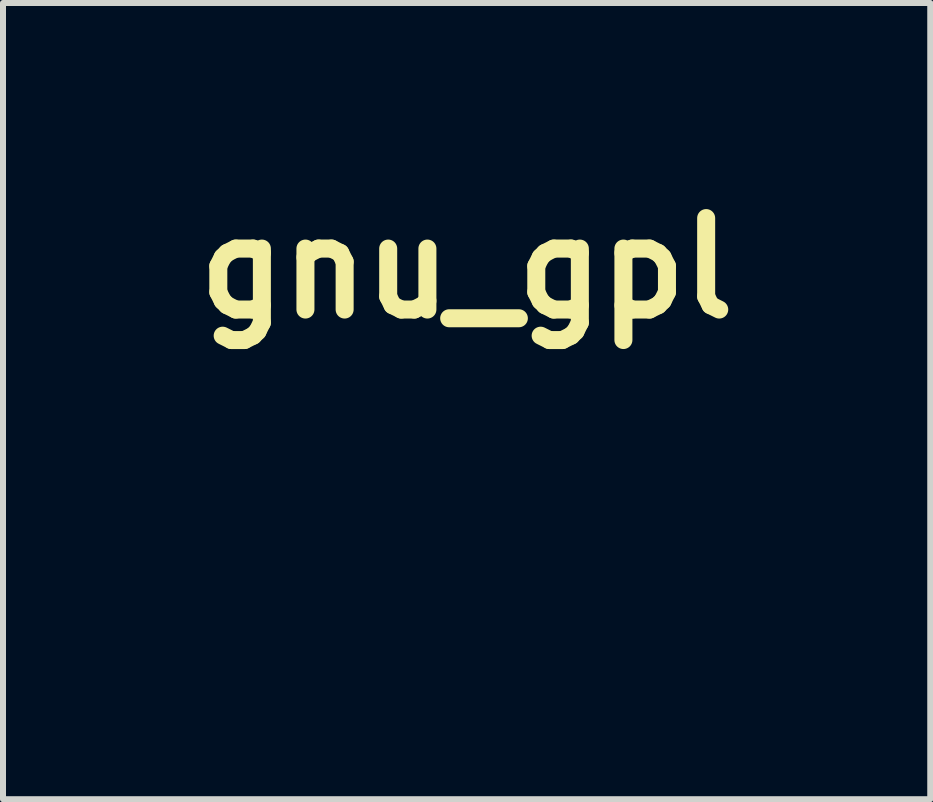
<source format=kicad_pcb>
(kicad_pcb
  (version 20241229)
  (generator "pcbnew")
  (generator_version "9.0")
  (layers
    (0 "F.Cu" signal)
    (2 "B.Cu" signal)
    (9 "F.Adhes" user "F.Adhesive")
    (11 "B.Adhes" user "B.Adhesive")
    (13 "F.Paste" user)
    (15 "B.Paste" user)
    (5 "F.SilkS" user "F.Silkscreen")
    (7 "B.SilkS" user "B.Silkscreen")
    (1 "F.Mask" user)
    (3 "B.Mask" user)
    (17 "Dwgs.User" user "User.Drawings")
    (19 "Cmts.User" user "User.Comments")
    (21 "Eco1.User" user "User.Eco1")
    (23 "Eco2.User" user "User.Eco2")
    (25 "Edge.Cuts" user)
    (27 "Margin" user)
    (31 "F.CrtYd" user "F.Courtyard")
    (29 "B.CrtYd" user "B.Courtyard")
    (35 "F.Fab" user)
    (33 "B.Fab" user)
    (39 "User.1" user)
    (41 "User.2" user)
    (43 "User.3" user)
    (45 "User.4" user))
  (footprint "gnu_gpl"
    (layer "F.Cu")
    (at 4.724 4.974)
    (property "Reference" "gnu_gpl" (at 0 -3.556 0) (layer "F.SilkS") (effects (font (size 1.524 1.524) (thickness 0.3))))
    (attr through_hole)
    (fp_poly (pts (xy -0.184 -0.082) (xy -0.175 -0.078) (xy -0.194 -0.067) (xy -0.203 -0.063) (xy -0.243 -0.038) (xy -0.265 -0.017) (xy -0.283 -0.001) (xy -0.294 -0.014) (xy -0.297 -0.02) (xy -0.3 -0.057) (xy -0.276 -0.078) (xy -0.223 -0.084) (xy -0.184 -0.082)) (stroke (width 0.01) (type solid)) (fill yes) (layer "F.Mask"))
    (fp_poly (pts (xy -0.809 1.939) (xy -0.72 2.1) (xy -0.715 1.939) (xy -0.71 1.778) (xy -0.593 1.778) (xy -0.593 2.286) (xy -0.744 2.286) (xy -0.923 1.964) (xy -0.928 2.125) (xy -0.933 2.286) (xy -1.05 2.286) (xy -1.05 1.778) (xy -0.899 1.778) (xy -0.809 1.939)) (stroke (width 0.01) (type solid)) (fill yes) (layer "F.Mask"))
    (fp_poly (pts (xy 0.135 -0.683) (xy 0.135 -0.674) (xy 0.126 -0.63) (xy 0.109 -0.602) (xy 0.077 -0.579) (xy 0.056 -0.579) (xy 0.051 -0.593) (xy 0.064 -0.609) (xy 0.069 -0.61) (xy 0.086 -0.624) (xy 0.107 -0.658) (xy 0.11 -0.665) (xy 0.126 -0.7) (xy 0.133 -0.705) (xy 0.135 -0.683)) (stroke (width 0.01) (type solid)) (fill yes) (layer "F.Mask"))
    (fp_poly (pts (xy 0.392 -0.163) (xy 0.439 -0.139) (xy 0.454 -0.127) (xy 0.501 -0.071) (xy 0.531 -0.003) (xy 0.539 0.064) (xy 0.538 0.072) (xy 0.533 0.092) (xy 0.525 0.085) (xy 0.511 0.048) (xy 0.511 0.047) (xy 0.482 -0.007) (xy 0.441 -0.056) (xy 0.436 -0.06) (xy 0.383 -0.105) (xy 0.369 -0.068) (xy 0.345 -0.042) (xy 0.306 -0.037) (xy 0.268 -0.051) (xy 0.247 -0.072) (xy 0.238 -0.111) (xy 0.258 -0.142) (xy 0.305 -0.162) (xy 0.334 -0.166) (xy 0.392 -0.163)) (stroke (width 0.01) (type solid)) (fill yes) (layer "F.Mask"))
    (fp_poly (pts (xy 1.317 1.78) (xy 1.327 1.789) (xy 1.333 1.81) (xy 1.336 1.849) (xy 1.337 1.912) (xy 1.338 2.002) (xy 1.338 2.235) (xy 1.465 2.235) (xy 1.532 2.237) (xy 1.571 2.241) (xy 1.589 2.251) (xy 1.592 2.261) (xy 1.586 2.273) (xy 1.565 2.28) (xy 1.523 2.284) (xy 1.454 2.286) (xy 1.431 2.286) (xy 1.27 2.286) (xy 1.27 2.032) (xy 1.27 1.934) (xy 1.271 1.866) (xy 1.274 1.821) (xy 1.279 1.794) (xy 1.287 1.782) (xy 1.298 1.778) (xy 1.304 1.778) (xy 1.317 1.78)) (stroke (width 0.01) (type solid)) (fill yes) (layer "F.Mask"))
    (fp_poly (pts (xy 0.051 -1.219) (xy 0.089 -1.21) (xy 0.109 -1.213) (xy 0.135 -1.209) (xy 0.146 -1.191) (xy 0.158 -1.161) (xy 0.18 -1.111) (xy 0.208 -1.05) (xy 0.212 -1.041) (xy 0.242 -0.972) (xy 0.266 -0.908) (xy 0.282 -0.855) (xy 0.287 -0.822) (xy 0.282 -0.813) (xy 0.27 -0.826) (xy 0.247 -0.859) (xy 0.239 -0.873) (xy 0.216 -0.914) (xy 0.204 -0.943) (xy 0.203 -0.948) (xy 0.196 -0.981) (xy 0.177 -1.025) (xy 0.153 -1.07) (xy 0.13 -1.104) (xy 0.113 -1.118) (xy 0.085 -1.128) (xy 0.052 -1.153) (xy 0.023 -1.184) (xy 0.008 -1.211) (xy 0.009 -1.219) (xy 0.031 -1.227) (xy 0.051 -1.219)) (stroke (width 0.01) (type solid)) (fill yes) (layer "F.Mask"))
    (fp_poly (pts (xy -0.336 1.966) (xy -0.333 2.05) (xy -0.328 2.107) (xy -0.321 2.143) (xy -0.31 2.165) (xy -0.297 2.177) (xy -0.268 2.196) (xy -0.254 2.201) (xy -0.234 2.192) (xy -0.211 2.177) (xy -0.196 2.162) (xy -0.186 2.139) (xy -0.179 2.101) (xy -0.175 2.04) (xy -0.172 1.966) (xy -0.166 1.778) (xy -0.034 1.778) (xy -0.034 1.974) (xy -0.035 2.055) (xy -0.039 2.126) (xy -0.045 2.178) (xy -0.051 2.202) (xy -0.089 2.241) (xy -0.15 2.269) (xy -0.224 2.284) (xy -0.3 2.285) (xy -0.37 2.27) (xy -0.393 2.26) (xy -0.426 2.238) (xy -0.448 2.211) (xy -0.463 2.172) (xy -0.471 2.116) (xy -0.474 2.035) (xy -0.474 1.974) (xy -0.474 1.778) (xy -0.342 1.778) (xy -0.336 1.966)) (stroke (width 0.01) (type solid)) (fill yes) (layer "F.Mask"))
    (fp_poly (pts (xy 1.052 1.784) (xy 1.113 1.803) (xy 1.15 1.838) (xy 1.166 1.893) (xy 1.168 1.93) (xy 1.158 2.002) (xy 1.125 2.05) (xy 1.067 2.076) (xy 0.997 2.083) (xy 0.914 2.083) (xy 0.914 2.184) (xy 0.913 2.241) (xy 0.908 2.272) (xy 0.896 2.284) (xy 0.881 2.286) (xy 0.868 2.284) (xy 0.858 2.276) (xy 0.852 2.256) (xy 0.849 2.219) (xy 0.847 2.161) (xy 0.847 2.075) (xy 0.847 2.036) (xy 0.914 2.036) (xy 0.984 2.027) (xy 1.032 2.017) (xy 1.067 2.004) (xy 1.072 2) (xy 1.084 1.971) (xy 1.089 1.93) (xy 1.083 1.883) (xy 1.06 1.854) (xy 1.013 1.838) (xy 0.984 1.834) (xy 0.914 1.824) (xy 0.914 2.036) (xy 0.847 2.036) (xy 0.847 2.032) (xy 0.847 1.778) (xy 0.963 1.778) (xy 1.052 1.784)) (stroke (width 0.01) (type solid)) (fill yes) (layer "F.Mask"))
    (fp_poly (pts (xy -0.243 -1.275) (xy -0.244 -1.237) (xy -0.254 -1.187) (xy -0.282 -1.11) (xy -0.331 -1.052) (xy -0.332 -1.05) (xy -0.381 -1.012) (xy -0.411 -1.001) (xy -0.425 -1.018) (xy -0.427 -1.063) (xy -0.426 -1.077) (xy -0.426 -1.127) (xy -0.437 -1.145) (xy -0.456 -1.13) (xy -0.48 -1.084) (xy -0.48 -1.084) (xy -0.505 -1.046) (xy -0.545 -1.002) (xy -0.593 -0.96) (xy -0.638 -0.929) (xy -0.672 -0.915) (xy -0.675 -0.915) (xy -0.69 -0.919) (xy -0.68 -0.933) (xy -0.666 -0.944) (xy -0.634 -0.981) (xy -0.619 -1.012) (xy -0.604 -1.041) (xy -0.593 -1.05) (xy -0.576 -1.063) (xy -0.552 -1.097) (xy -0.54 -1.118) (xy -0.499 -1.172) (xy -0.458 -1.195) (xy -0.413 -1.209) (xy -0.385 -1.22) (xy -0.351 -1.234) (xy -0.336 -1.236) (xy -0.309 -1.247) (xy -0.285 -1.264) (xy -0.256 -1.283) (xy -0.243 -1.275)) (stroke (width 0.01) (type solid)) (fill yes) (layer "F.Mask"))
    (fp_poly (pts (xy 0.609 1.768) (xy 0.665 1.79) (xy 0.692 1.824) (xy 0.694 1.841) (xy 0.691 1.869) (xy 0.674 1.869) (xy 0.658 1.861) (xy 0.577 1.831) (xy 0.499 1.825) (xy 0.432 1.843) (xy 0.382 1.884) (xy 0.378 1.89) (xy 0.359 1.942) (xy 0.351 2.011) (xy 0.355 2.083) (xy 0.371 2.143) (xy 0.379 2.158) (xy 0.421 2.195) (xy 0.482 2.219) (xy 0.55 2.226) (xy 0.584 2.221) (xy 0.617 2.208) (xy 0.633 2.185) (xy 0.64 2.14) (xy 0.64 2.137) (xy 0.645 2.066) (xy 0.585 2.066) (xy 0.541 2.061) (xy 0.525 2.043) (xy 0.525 2.04) (xy 0.533 2.025) (xy 0.563 2.017) (xy 0.618 2.015) (xy 0.711 2.015) (xy 0.711 2.132) (xy 0.711 2.194) (xy 0.706 2.23) (xy 0.695 2.25) (xy 0.674 2.262) (xy 0.658 2.267) (xy 0.581 2.284) (xy 0.497 2.285) (xy 0.421 2.271) (xy 0.378 2.253) (xy 0.319 2.202) (xy 0.285 2.132) (xy 0.271 2.038) (xy 0.271 2.02) (xy 0.283 1.92) (xy 0.32 1.845) (xy 0.38 1.793) (xy 0.463 1.766) (xy 0.523 1.761) (xy 0.609 1.768)) (stroke (width 0.01) (type solid)) (fill yes) (layer "F.Mask"))
    (fp_poly (pts (xy -1.287 1.763) (xy -1.234 1.769) (xy -1.203 1.783) (xy -1.189 1.806) (xy -1.185 1.841) (xy -1.188 1.88) (xy -1.199 1.892) (xy -1.215 1.888) (xy -1.313 1.86) (xy -1.401 1.863) (xy -1.421 1.868) (xy -1.475 1.902) (xy -1.508 1.958) (xy -1.515 2.029) (xy -1.503 2.09) (xy -1.483 2.139) (xy -1.452 2.166) (xy -1.42 2.179) (xy -1.353 2.193) (xy -1.309 2.183) (xy -1.288 2.149) (xy -1.287 2.132) (xy -1.292 2.096) (xy -1.313 2.084) (xy -1.329 2.083) (xy -1.361 2.076) (xy -1.371 2.048) (xy -1.372 2.04) (xy -1.369 2.017) (xy -1.358 2.004) (xy -1.328 1.999) (xy -1.274 1.998) (xy -1.27 1.998) (xy -1.168 1.998) (xy -1.168 2.249) (xy -1.222 2.267) (xy -1.29 2.282) (xy -1.369 2.286) (xy -1.448 2.28) (xy -1.512 2.264) (xy -1.532 2.254) (xy -1.591 2.214) (xy -1.626 2.172) (xy -1.645 2.12) (xy -1.651 2.047) (xy -1.651 2.023) (xy -1.65 1.956) (xy -1.644 1.912) (xy -1.63 1.881) (xy -1.609 1.854) (xy -1.549 1.803) (xy -1.483 1.773) (xy -1.399 1.762) (xy -1.368 1.761) (xy -1.287 1.763)) (stroke (width 0.01) (type solid)) (fill yes) (layer "F.Mask"))
    (fp_poly (pts (xy 0.328 -0.386) (xy 0.385 -0.376) (xy 0.443 -0.354) (xy 0.512 -0.315) (xy 0.535 -0.3) (xy 0.593 -0.261) (xy 0.642 -0.224) (xy 0.674 -0.198) (xy 0.679 -0.193) (xy 0.712 -0.166) (xy 0.754 -0.143) (xy 0.785 -0.127) (xy 0.788 -0.116) (xy 0.775 -0.11) (xy 0.747 -0.113) (xy 0.695 -0.138) (xy 0.618 -0.184) (xy 0.573 -0.213) (xy 0.483 -0.27) (xy 0.413 -0.307) (xy 0.358 -0.329) (xy 0.327 -0.335) (xy 0.254 -0.333) (xy 0.19 -0.315) (xy 0.144 -0.283) (xy 0.135 -0.269) (xy 0.126 -0.249) (xy 0.134 -0.249) (xy 0.165 -0.265) (xy 0.21 -0.282) (xy 0.253 -0.275) (xy 0.258 -0.273) (xy 0.29 -0.255) (xy 0.304 -0.236) (xy 0.298 -0.225) (xy 0.273 -0.228) (xy 0.224 -0.23) (xy 0.19 -0.202) (xy 0.177 -0.168) (xy 0.165 -0.133) (xy 0.149 -0.119) (xy 0.139 -0.106) (xy 0.142 -0.093) (xy 0.144 -0.071) (xy 0.13 -0.07) (xy 0.107 -0.09) (xy 0.092 -0.11) (xy 0.069 -0.17) (xy 0.067 -0.241) (xy 0.086 -0.304) (xy 0.091 -0.312) (xy 0.136 -0.353) (xy 0.206 -0.379) (xy 0.293 -0.387) (xy 0.328 -0.386)) (stroke (width 0.01) (type solid)) (fill yes) (layer "F.Mask"))
    (fp_poly (pts (xy -0.007 -1.061) (xy 0.012 -1.041) (xy 0.024 -1.019) (xy 0.043 -0.973) (xy 0.051 -0.934) (xy 0.051 -0.933) (xy 0.058 -0.9) (xy 0.068 -0.889) (xy 0.086 -0.866) (xy 0.078 -0.847) (xy 0.047 -0.842) (xy 0.04 -0.843) (xy 0.01 -0.846) (xy 0.003 -0.832) (xy 0.008 -0.816) (xy 0.009 -0.765) (xy -0.017 -0.728) (xy -0.065 -0.711) (xy -0.073 -0.711) (xy -0.131 -0.722) (xy -0.163 -0.752) (xy -0.169 -0.782) (xy -0.181 -0.808) (xy -0.207 -0.81) (xy -0.235 -0.79) (xy -0.243 -0.766) (xy -0.224 -0.74) (xy -0.158 -0.699) (xy -0.085 -0.68) (xy -0.013 -0.686) (xy 0.04 -0.712) (xy 0.072 -0.732) (xy 0.084 -0.727) (xy 0.074 -0.705) (xy 0.051 -0.677) (xy 0.003 -0.651) (xy -0.064 -0.644) (xy -0.141 -0.656) (xy -0.198 -0.676) (xy -0.258 -0.714) (xy -0.301 -0.76) (xy -0.319 -0.807) (xy -0.319 -0.825) (xy -0.295 -0.859) (xy -0.239 -0.886) (xy -0.153 -0.904) (xy -0.111 -0.909) (xy -0.047 -0.917) (xy -0.012 -0.929) (xy -0.001 -0.949) (xy -0.007 -0.981) (xy -0.01 -0.989) (xy -0.034 -1.008) (xy -0.08 -1.016) (xy -0.139 -1.012) (xy -0.202 -0.997) (xy -0.241 -0.987) (xy -0.264 -0.987) (xy -0.265 -0.987) (xy -0.26 -1.001) (xy -0.231 -1.019) (xy -0.186 -1.037) (xy -0.132 -1.053) (xy -0.085 -1.061) (xy -0.035 -1.066) (xy -0.007 -1.061)) (stroke (width 0.01) (type solid)) (fill yes) (layer "F.Mask"))
    (fp_poly (pts (xy -0.98 -2.436) (xy -0.893 -2.43) (xy -0.821 -2.417) (xy -0.756 -2.395) (xy -0.688 -2.362) (xy -0.639 -2.333) (xy -0.578 -2.298) (xy -0.535 -2.279) (xy -0.498 -2.271) (xy -0.456 -2.273) (xy -0.438 -2.275) (xy -0.352 -2.285) (xy -0.364 -2.239) (xy -0.397 -2.172) (xy -0.457 -2.122) (xy -0.515 -2.098) (xy -0.547 -2.091) (xy -0.584 -2.087) (xy -0.631 -2.087) (xy -0.695 -2.09) (xy -0.78 -2.096) (xy -0.891 -2.107) (xy -0.927 -2.11) (xy -1.002 -2.114) (xy -1.07 -2.105) (xy -1.149 -2.084) (xy -1.272 -2.032) (xy -1.371 -1.962) (xy -1.452 -1.869) (xy -1.497 -1.795) (xy -1.531 -1.728) (xy -1.552 -1.677) (xy -1.562 -1.629) (xy -1.566 -1.569) (xy -1.566 -1.541) (xy -1.563 -1.459) (xy -1.552 -1.398) (xy -1.531 -1.346) (xy -1.489 -1.287) (xy -1.436 -1.239) (xy -1.38 -1.209) (xy -1.346 -1.202) (xy -1.31 -1.21) (xy -1.266 -1.234) (xy -1.211 -1.276) (xy -1.143 -1.339) (xy -1.059 -1.425) (xy -0.958 -1.535) (xy -0.95 -1.544) (xy -0.845 -1.658) (xy -0.755 -1.749) (xy -0.677 -1.817) (xy -0.605 -1.866) (xy -0.536 -1.9) (xy -0.465 -1.92) (xy -0.388 -1.929) (xy -0.33 -1.93) (xy -0.234 -1.925) (xy -0.152 -1.907) (xy -0.073 -1.871) (xy 0.009 -1.819) (xy 0.063 -1.784) (xy 0.107 -1.757) (xy 0.132 -1.745) (xy 0.135 -1.744) (xy 0.157 -1.754) (xy 0.17 -1.764) (xy 0.253 -1.764) (xy 0.3 -1.749) (xy 0.351 -1.743) (xy 0.397 -1.76) (xy 0.486 -1.787) (xy 0.582 -1.784) (xy 0.684 -1.751) (xy 0.788 -1.69) (xy 0.891 -1.603) (xy 0.99 -1.49) (xy 0.994 -1.485) (xy 1.084 -1.374) (xy 1.168 -1.281) (xy 1.244 -1.212) (xy 1.307 -1.168) (xy 1.312 -1.165) (xy 1.361 -1.135) (xy 1.401 -1.104) (xy 1.408 -1.095) (xy 1.43 -1.071) (xy 1.447 -1.071) (xy 1.474 -1.093) (xy 1.513 -1.116) (xy 1.547 -1.121) (xy 1.576 -1.125) (xy 1.594 -1.152) (xy 1.601 -1.172) (xy 1.623 -1.217) (xy 1.656 -1.233) (xy 1.68 -1.24) (xy 1.689 -1.257) (xy 1.687 -1.294) (xy 1.684 -1.312) (xy 1.68 -1.361) (xy 1.687 -1.388) (xy 1.704 -1.402) (xy 1.724 -1.42) (xy 1.721 -1.446) (xy 1.715 -1.462) (xy 1.704 -1.507) (xy 1.715 -1.557) (xy 1.726 -1.602) (xy 1.717 -1.641) (xy 1.707 -1.66) (xy 1.686 -1.728) (xy 1.687 -1.765) (xy 1.688 -1.813) (xy 1.665 -1.849) (xy 1.661 -1.853) (xy 1.633 -1.897) (xy 1.626 -1.934) (xy 1.618 -1.974) (xy 1.589 -1.997) (xy 1.575 -2.003) (xy 1.531 -2.033) (xy 1.506 -2.069) (xy 1.484 -2.103) (xy 1.451 -2.116) (xy 1.429 -2.117) (xy 1.379 -2.126) (xy 1.355 -2.151) (xy 1.321 -2.179) (xy 1.284 -2.184) (xy 1.232 -2.19) (xy 1.173 -2.202) (xy 1.167 -2.204) (xy 1.116 -2.215) (xy 1.085 -2.209) (xy 1.079 -2.204) (xy 1.05 -2.194) (xy 1.007 -2.203) (xy 1.004 -2.204) (xy 0.962 -2.215) (xy 0.919 -2.209) (xy 0.883 -2.196) (xy 0.835 -2.181) (xy 0.815 -2.184) (xy 0.825 -2.203) (xy 0.864 -2.236) (xy 0.864 -2.236) (xy 0.917 -2.263) (xy 0.985 -2.286) (xy 1.057 -2.3) (xy 1.119 -2.304) (xy 1.154 -2.298) (xy 1.197 -2.291) (xy 1.252 -2.291) (xy 1.263 -2.292) (xy 1.331 -2.292) (xy 1.365 -2.277) (xy 1.403 -2.261) (xy 1.454 -2.253) (xy 1.459 -2.253) (xy 1.51 -2.245) (xy 1.545 -2.217) (xy 1.558 -2.201) (xy 1.6 -2.161) (xy 1.635 -2.151) (xy 1.678 -2.135) (xy 1.709 -2.098) (xy 1.741 -2.055) (xy 1.775 -2.022) (xy 1.776 -2.021) (xy 1.806 -1.981) (xy 1.812 -1.949) (xy 1.822 -1.901) (xy 1.846 -1.858) (xy 1.87 -1.808) (xy 1.869 -1.765) (xy 1.873 -1.702) (xy 1.889 -1.669) (xy 1.908 -1.634) (xy 1.908 -1.607) (xy 1.891 -1.575) (xy 1.874 -1.541) (xy 1.875 -1.52) (xy 1.888 -1.507) (xy 1.911 -1.475) (xy 1.901 -1.444) (xy 1.878 -1.425) (xy 1.842 -1.403) (xy 1.878 -1.365) (xy 1.908 -1.325) (xy 1.908 -1.299) (xy 1.878 -1.282) (xy 1.87 -1.28) (xy 1.84 -1.27) (xy 1.837 -1.255) (xy 1.853 -1.226) (xy 1.871 -1.185) (xy 1.862 -1.159) (xy 1.836 -1.151) (xy 1.821 -1.148) (xy 1.823 -1.13) (xy 1.836 -1.103) (xy 1.852 -1.061) (xy 1.843 -1.039) (xy 1.808 -1.033) (xy 1.787 -1.028) (xy 1.791 -1.008) (xy 1.795 -0.999) (xy 1.804 -0.975) (xy 1.79 -0.966) (xy 1.762 -0.965) (xy 1.728 -0.962) (xy 1.717 -0.947) (xy 1.722 -0.912) (xy 1.732 -0.86) (xy 1.689 -0.888) (xy 1.647 -0.916) (xy 1.635 -0.852) (xy 1.623 -0.788) (xy 1.591 -0.827) (xy 1.559 -0.866) (xy 1.548 -0.822) (xy 1.532 -0.786) (xy 1.512 -0.783) (xy 1.491 -0.809) (xy 1.479 -0.825) (xy 1.474 -0.813) (xy 1.474 -0.792) (xy 1.466 -0.754) (xy 1.449 -0.748) (xy 1.425 -0.773) (xy 1.424 -0.775) (xy 1.41 -0.795) (xy 1.406 -0.785) (xy 1.406 -0.776) (xy 1.411 -0.739) (xy 1.423 -0.702) (xy 1.437 -0.673) (xy 1.458 -0.663) (xy 1.497 -0.665) (xy 1.509 -0.667) (xy 1.572 -0.683) (xy 1.635 -0.707) (xy 1.64 -0.71) (xy 1.721 -0.766) (xy 1.803 -0.848) (xy 1.88 -0.947) (xy 1.946 -1.058) (xy 1.995 -1.171) (xy 2.007 -1.209) (xy 2.023 -1.294) (xy 2.031 -1.401) (xy 2.031 -1.518) (xy 2.023 -1.635) (xy 2.007 -1.741) (xy 1.986 -1.825) (xy 1.983 -1.833) (xy 1.922 -1.954) (xy 1.838 -2.069) (xy 1.738 -2.172) (xy 1.628 -2.256) (xy 1.515 -2.314) (xy 1.499 -2.321) (xy 1.408 -2.344) (xy 1.302 -2.36) (xy 1.193 -2.368) (xy 1.094 -2.366) (xy 1.022 -2.355) (xy 0.965 -2.336) (xy 0.896 -2.304) (xy 0.828 -2.267) (xy 0.827 -2.267) (xy 0.766 -2.232) (xy 0.709 -2.204) (xy 0.669 -2.187) (xy 0.666 -2.186) (xy 0.618 -2.173) (xy 0.676 -2.143) (xy 0.7 -2.132) (xy 0.727 -2.124) (xy 0.76 -2.12) (xy 0.805 -2.12) (xy 0.868 -2.123) (xy 0.953 -2.131) (xy 1.065 -2.142) (xy 1.086 -2.144) (xy 1.18 -2.147) (xy 1.262 -2.133) (xy 1.344 -2.098) (xy 1.416 -2.055) (xy 1.516 -1.969) (xy 1.592 -1.862) (xy 1.64 -1.735) (xy 1.662 -1.59) (xy 1.663 -1.549) (xy 1.654 -1.43) (xy 1.626 -1.329) (xy 1.581 -1.25) (xy 1.522 -1.197) (xy 1.464 -1.176) (xy 1.413 -1.176) (xy 1.358 -1.196) (xy 1.297 -1.238) (xy 1.227 -1.305) (xy 1.147 -1.398) (xy 1.055 -1.516) (xy 1.001 -1.584) (xy 0.946 -1.652) (xy 0.898 -1.707) (xy 0.882 -1.724) (xy 0.783 -1.805) (xy 0.676 -1.857) (xy 0.566 -1.879) (xy 0.456 -1.871) (xy 0.351 -1.833) (xy 0.292 -1.794) (xy 0.253 -1.764) (xy 0.17 -1.764) (xy 0.192 -1.78) (xy 0.207 -1.793) (xy 0.306 -1.865) (xy 0.407 -1.907) (xy 0.516 -1.922) (xy 0.525 -1.922) (xy 0.616 -1.916) (xy 0.7 -1.895) (xy 0.779 -1.858) (xy 0.859 -1.802) (xy 0.942 -1.723) (xy 1.033 -1.619) (xy 1.13 -1.494) (xy 1.215 -1.386) (xy 1.286 -1.306) (xy 1.347 -1.254) (xy 1.4 -1.227) (xy 1.448 -1.224) (xy 1.494 -1.243) (xy 1.532 -1.275) (xy 1.581 -1.345) (xy 1.611 -1.437) (xy 1.622 -1.542) (xy 1.614 -1.652) (xy 1.585 -1.759) (xy 1.566 -1.806) (xy 1.503 -1.903) (xy 1.419 -1.988) (xy 1.324 -2.051) (xy 1.263 -2.076) (xy 1.214 -2.09) (xy 1.17 -2.097) (xy 1.121 -2.098) (xy 1.056 -2.092) (xy 1.003 -2.086) (xy 0.906 -2.075) (xy 0.836 -2.068) (xy 0.784 -2.068) (xy 0.744 -2.072) (xy 0.706 -2.082) (xy 0.679 -2.093) (xy 0.616 -2.132) (xy 0.586 -2.176) (xy 0.565 -2.222) (xy 0.563 -2.244) (xy 0.583 -2.248) (xy 0.618 -2.243) (xy 0.653 -2.24) (xy 0.688 -2.247) (xy 0.732 -2.268) (xy 0.787 -2.302) (xy 0.914 -2.368) (xy 1.041 -2.406) (xy 1.18 -2.419) (xy 1.253 -2.416) (xy 1.417 -2.394) (xy 1.56 -2.349) (xy 1.689 -2.278) (xy 1.808 -2.178) (xy 1.843 -2.142) (xy 1.928 -2.041) (xy 1.992 -1.939) (xy 2.037 -1.83) (xy 2.066 -1.707) (xy 2.08 -1.563) (xy 2.082 -1.448) (xy 2.079 -1.328) (xy 2.069 -1.232) (xy 2.048 -1.149) (xy 2.016 -1.069) (xy 1.968 -0.982) (xy 1.963 -0.974) (xy 1.87 -0.84) (xy 1.771 -0.737) (xy 1.662 -0.663) (xy 1.553 -0.618) (xy 1.508 -0.602) (xy 1.487 -0.583) (xy 1.482 -0.553) (xy 1.482 -0.549) (xy 1.487 -0.513) (xy 1.512 -0.496) (xy 1.532 -0.491) (xy 1.575 -0.472) (xy 1.589 -0.437) (xy 1.574 -0.391) (xy 1.561 -0.372) (xy 1.519 -0.344) (xy 1.455 -0.327) (xy 1.379 -0.321) (xy 1.3 -0.328) (xy 1.227 -0.347) (xy 1.217 -0.351) (xy 1.161 -0.374) (xy 1.108 -0.392) (xy 1.094 -0.396) (xy 1.051 -0.413) (xy 0.997 -0.442) (xy 0.972 -0.458) (xy 0.93 -0.486) (xy 0.9 -0.504) (xy 0.892 -0.508) (xy 0.888 -0.493) (xy 0.89 -0.457) (xy 0.897 -0.411) (xy 0.907 -0.366) (xy 0.918 -0.334) (xy 0.918 -0.332) (xy 0.934 -0.314) (xy 0.96 -0.307) (xy 1.007 -0.311) (xy 1.016 -0.312) (xy 1.071 -0.316) (xy 1.107 -0.308) (xy 1.14 -0.286) (xy 1.143 -0.283) (xy 1.169 -0.256) (xy 1.185 -0.221) (xy 1.194 -0.17) (xy 1.198 -0.134) (xy 1.2 -0.064) (xy 1.193 -0.008) (xy 1.172 0.04) (xy 1.134 0.088) (xy 1.074 0.141) (xy 1 0.198) (xy 1.006 0.212) (xy 1.03 0.242) (xy 1.047 0.259) (xy 1.083 0.307) (xy 1.1 0.351) (xy 1.101 0.358) (xy 1.086 0.405) (xy 1.047 0.448) (xy 0.994 0.479) (xy 0.985 0.482) (xy 0.958 0.497) (xy 0.953 0.524) (xy 0.957 0.542) (xy 0.959 0.596) (xy 0.948 0.657) (xy 0.928 0.71) (xy 0.901 0.743) (xy 0.898 0.745) (xy 0.857 0.758) (xy 0.815 0.762) (xy 0.739 0.772) (xy 0.684 0.801) (xy 0.655 0.844) (xy 0.655 0.897) (xy 0.667 0.928) (xy 0.692 1) (xy 0.687 1.064) (xy 0.651 1.124) (xy 0.581 1.183) (xy 0.58 1.184) (xy 0.545 1.212) (xy 0.526 1.235) (xy 0.525 1.239) (xy 0.536 1.26) (xy 0.564 1.294) (xy 0.574 1.305) (xy 0.624 1.343) (xy 0.68 1.355) (xy 0.685 1.355) (xy 0.725 1.356) (xy 0.737 1.365) (xy 0.729 1.387) (xy 0.727 1.391) (xy 0.707 1.428) (xy 0.768 1.39) (xy 0.81 1.368) (xy 0.828 1.368) (xy 0.823 1.387) (xy 0.796 1.424) (xy 0.747 1.475) (xy 0.745 1.476) (xy 0.661 1.558) (xy 0.715 1.558) (xy 0.749 1.56) (xy 0.755 1.57) (xy 0.748 1.579) (xy 0.712 1.595) (xy 0.655 1.601) (xy 0.589 1.597) (xy 0.523 1.584) (xy 0.469 1.562) (xy 0.469 1.562) (xy 0.433 1.543) (xy 0.415 1.538) (xy 0.416 1.542) (xy 0.437 1.563) (xy 0.474 1.589) (xy 0.479 1.592) (xy 0.531 1.624) (xy 0.375 1.623) (xy 0.3 1.622) (xy 0.249 1.618) (xy 0.213 1.609) (xy 0.182 1.593) (xy 0.149 1.569) (xy 0.102 1.526) (xy 0.062 1.479) (xy 0.051 1.461) (xy 0.029 1.428) (xy 0.013 1.416) (xy 0.011 1.417) (xy 0.000499 1.447) (xy 0.004 1.488) (xy 0.02 1.52) (xy 0.02 1.521) (xy 0.032 1.538) (xy 0.021 1.541) (xy -0.01 1.527) (xy -0.041 1.493) (xy -0.063 1.451) (xy -0.068 1.425) (xy -0.059 1.384) (xy -0.037 1.335) (xy -0.033 1.327) (xy 0.003 1.27) (xy -0.033 1.223) (xy -0.081 1.162) (xy -0.111 1.126) (xy -0.125 1.111) (xy -0.126 1.115) (xy -0.119 1.129) (xy -0.102 1.196) (xy -0.116 1.252) (xy -0.16 1.295) (xy -0.199 1.311) (xy -0.23 1.335) (xy -0.235 1.37) (xy -0.217 1.402) (xy -0.206 1.425) (xy -0.217 1.437) (xy -0.236 1.431) (xy -0.262 1.403) (xy -0.284 1.36) (xy -0.296 1.317) (xy -0.294 1.296) (xy -0.273 1.269) (xy -0.235 1.244) (xy -0.235 1.244) (xy -0.201 1.22) (xy -0.186 1.197) (xy -0.186 1.196) (xy -0.199 1.176) (xy -0.233 1.144) (xy -0.28 1.109) (xy -0.36 1.047) (xy -0.408 0.992) (xy -0.425 0.942) (xy -0.411 0.897) (xy -0.399 0.882) (xy -0.372 0.841) (xy -0.377 0.813) (xy -0.412 0.797) (xy -0.415 0.797) (xy -0.456 0.78) (xy -0.471 0.749) (xy -0.488 0.717) (xy -0.509 0.711) (xy -0.554 0.696) (xy -0.59 0.656) (xy -0.609 0.602) (xy -0.61 0.585) (xy -0.605 0.543) (xy -0.594 0.518) (xy -0.593 0.516) (xy -0.576 0.496) (xy -0.59 0.479) (xy -0.622 0.471) (xy -0.661 0.457) (xy -0.674 0.427) (xy -0.696 0.39) (xy -0.735 0.366) (xy -0.769 0.348) (xy -0.787 0.325) (xy -0.796 0.286) (xy -0.8 0.255) (xy -0.809 0.2) (xy -0.825 0.159) (xy -0.834 0.148) (xy -0.851 0.116) (xy -0.865 0.054) (xy -0.87 0.006) (xy -0.878 -0.076) (xy -0.888 -0.128) (xy -0.899 -0.155) (xy -0.915 -0.163) (xy -0.929 -0.159) (xy -0.961 -0.147) (xy -1.01 -0.128) (xy -1.041 -0.117) (xy -1.126 -0.087) (xy -1.131 0.105) (xy -1.127 0.291) (xy -1.101 0.458) (xy -1.051 0.611) (xy -0.975 0.757) (xy -0.871 0.902) (xy -0.789 0.996) (xy -0.734 1.056) (xy -0.689 1.107) (xy -0.657 1.144) (xy -0.644 1.161) (xy -0.643 1.162) (xy -0.655 1.164) (xy -0.687 1.145) (xy -0.735 1.106) (xy -0.798 1.052) (xy -0.833 1.019) (xy -0.964 0.88) (xy -1.065 0.736) (xy -1.139 0.58) (xy -1.187 0.409) (xy -1.212 0.217) (xy -1.215 0.165) (xy -1.219 0.084) (xy -1.224 0.017) (xy -1.23 -0.03) (xy -1.235 -0.05) (xy -1.236 -0.051) (xy -1.254 -0.04) (xy -1.283 -0.012) (xy -1.287 -0.009) (xy -1.322 0.019) (xy -1.365 0.031) (xy -1.404 0.032) (xy -1.465 0.034) (xy -1.522 0.04) (xy -1.535 0.042) (xy -1.574 0.047) (xy -1.593 0.035) (xy -1.599 0.02) (xy -1.602 -0.038) (xy -1.54 -0.038) (xy -1.537 -0.025) (xy -1.512 -0.031) (xy -1.508 -0.033) (xy -1.47 -0.045) (xy -1.418 -0.051) (xy -1.409 -0.051) (xy -1.355 -0.058) (xy -1.321 -0.076) (xy -1.32 -0.077) (xy -1.294 -0.103) (xy -1.256 -0.124) (xy -1.201 -0.145) (xy -1.12 -0.17) (xy -1.111 -0.172) (xy -0.998 -0.21) (xy -0.906 -0.258) (xy -0.822 -0.323) (xy -0.759 -0.387) (xy -0.68 -0.483) (xy -0.622 -0.584) (xy -0.578 -0.7) (xy -0.562 -0.76) (xy -0.547 -0.816) (xy -0.537 -0.842) (xy -0.531 -0.84) (xy -0.528 -0.822) (xy -0.527 -0.781) (xy -0.532 -0.719) (xy -0.54 -0.649) (xy -0.541 -0.644) (xy -0.551 -0.541) (xy -0.547 -0.458) (xy -0.527 -0.383) (xy -0.505 -0.334) (xy -0.489 -0.296) (xy -0.484 -0.273) (xy -0.486 -0.271) (xy -0.504 -0.285) (xy -0.53 -0.318) (xy -0.557 -0.361) (xy -0.578 -0.404) (xy -0.584 -0.419) (xy -0.599 -0.447) (xy -0.616 -0.458) (xy -0.626 -0.446) (xy -0.627 -0.441) (xy -0.638 -0.422) (xy -0.667 -0.386) (xy -0.709 -0.34) (xy -0.721 -0.328) (xy -0.816 -0.231) (xy -0.803 -0.069) (xy -0.794 0.024) (xy -0.782 0.084) (xy -0.767 0.11) (xy -0.751 0.136) (xy -0.737 0.183) (xy -0.731 0.212) (xy -0.72 0.266) (xy -0.705 0.293) (xy -0.686 0.302) (xy -0.636 0.323) (xy -0.611 0.359) (xy -0.61 0.372) (xy -0.594 0.399) (xy -0.555 0.417) (xy -0.511 0.441) (xy -0.493 0.475) (xy -0.503 0.511) (xy -0.516 0.524) (xy -0.538 0.56) (xy -0.533 0.599) (xy -0.506 0.633) (xy -0.463 0.656) (xy -0.43 0.66) (xy -0.384 0.674) (xy -0.336 0.708) (xy -0.298 0.752) (xy -0.287 0.773) (xy -0.282 0.821) (xy -0.299 0.882) (xy -0.315 0.926) (xy -0.317 0.952) (xy -0.303 0.974) (xy -0.29 0.987) (xy -0.254 1.024) (xy -0.254 0.962) (xy -0.25 0.923) (xy -0.235 0.894) (xy -0.2 0.864) (xy -0.178 0.848) (xy -0.102 0.797) (xy -0.102 0.864) (xy -0.1 0.907) (xy -0.088 0.926) (xy -0.058 0.931) (xy -0.039 0.931) (xy 0.000197 0.934) (xy 0.01 0.942) (xy 0.003 0.952) (xy -0.017 0.993) (xy -0.012 1.045) (xy 0.014 1.097) (xy 0.058 1.143) (xy 0.101 1.168) (xy 0.138 1.19) (xy 0.151 1.222) (xy 0.152 1.246) (xy 0.159 1.302) (xy 0.174 1.349) (xy 0.195 1.396) (xy 0.2 1.337) (xy 0.212 1.287) (xy 0.233 1.248) (xy 0.234 1.247) (xy 0.268 1.219) (xy 0.315 1.189) (xy 0.324 1.184) (xy 0.391 1.139) (xy 0.437 1.083) (xy 0.457 1.026) (xy 0.458 1.018) (xy 0.46 0.989) (xy 0.467 0.99) (xy 0.477 1.005) (xy 0.486 1.043) (xy 0.486 1.093) (xy 0.485 1.098) (xy 0.476 1.16) (xy 0.508 1.121) (xy 0.535 1.098) (xy 0.551 1.101) (xy 0.57 1.108) (xy 0.597 1.089) (xy 0.626 1.051) (xy 0.629 1.046) (xy 0.635 1.015) (xy 0.623 0.972) (xy 0.611 0.947) (xy 0.589 0.898) (xy 0.577 0.856) (xy 0.576 0.846) (xy 0.562 0.819) (xy 0.523 0.813) (xy 0.46 0.828) (xy 0.447 0.832) (xy 0.402 0.843) (xy 0.361 0.836) (xy 0.334 0.824) (xy 0.291 0.806) (xy 0.259 0.796) (xy 0.256 0.796) (xy 0.238 0.785) (xy 0.237 0.78) (xy 0.253 0.768) (xy 0.297 0.754) (xy 0.363 0.74) (xy 0.445 0.725) (xy 0.538 0.712) (xy 0.636 0.701) (xy 0.733 0.693) (xy 0.787 0.69) (xy 0.889 0.686) (xy 0.894 0.599) (xy 0.896 0.548) (xy 0.891 0.521) (xy 0.873 0.509) (xy 0.845 0.502) (xy 0.742 0.492) (xy 0.622 0.5) (xy 0.529 0.517) (xy 0.396 0.532) (xy 0.28 0.52) (xy 0.183 0.479) (xy 0.105 0.411) (xy 0.095 0.399) (xy 0.066 0.356) (xy 0.028 0.294) (xy -0.012 0.224) (xy -0.025 0.2) (xy -0.062 0.136) (xy -0.099 0.082) (xy -0.129 0.047) (xy -0.138 0.039) (xy -0.164 0.023) (xy -0.161 0.019) (xy -0.127 0.021) (xy -0.085 0.034) (xy -0.049 0.07) (xy -0.034 0.091) (xy 0.008 0.156) (xy 0.029 0.105) (xy 0.049 0.065) (xy 0.07 0.041) (xy 0.07 0.041) (xy 0.083 0.039) (xy 0.077 0.061) (xy 0.052 0.132) (xy 0.046 0.187) (xy 0.061 0.239) (xy 0.096 0.3) (xy 0.097 0.301) (xy 0.158 0.378) (xy 0.225 0.431) (xy 0.302 0.46) (xy 0.396 0.469) (xy 0.511 0.457) (xy 0.591 0.441) (xy 0.675 0.425) (xy 0.761 0.413) (xy 0.834 0.408) (xy 0.853 0.408) (xy 0.947 0.406) (xy 1.008 0.394) (xy 1.037 0.371) (xy 1.034 0.337) (xy 0.999 0.293) (xy 0.989 0.284) (xy 0.946 0.25) (xy 0.906 0.235) (xy 0.851 0.234) (xy 0.85 0.234) (xy 0.77 0.238) (xy 0.889 0.179) (xy 1.004 0.112) (xy 1.085 0.04) (xy 1.133 -0.037) (xy 1.147 -0.091) (xy 1.148 -0.157) (xy 1.131 -0.207) (xy 1.126 -0.213) (xy 1.105 -0.241) (xy 1.08 -0.251) (xy 1.039 -0.25) (xy 1.02 -0.248) (xy 0.957 -0.248) (xy 0.902 -0.269) (xy 0.851 -0.315) (xy 0.8 -0.39) (xy 0.771 -0.443) (xy 0.73 -0.517) (xy 0.678 -0.602) (xy 0.657 -0.635) (xy 0.728 -0.635) (xy 0.736 -0.616) (xy 0.755 -0.579) (xy 0.78 -0.535) (xy 0.806 -0.491) (xy 0.827 -0.458) (xy 0.839 -0.444) (xy 0.839 -0.444) (xy 0.838 -0.462) (xy 0.829 -0.502) (xy 0.817 -0.546) (xy 0.798 -0.605) (xy 0.78 -0.635) (xy 0.759 -0.643) (xy 0.733 -0.64) (xy 0.728 -0.635) (xy 0.657 -0.635) (xy 0.625 -0.683) (xy 0.614 -0.699) (xy 0.684 -0.699) (xy 0.704 -0.699) (xy 0.743 -0.71) (xy 0.763 -0.718) (xy 0.814 -0.735) (xy 0.842 -0.736) (xy 0.846 -0.723) (xy 0.834 -0.709) (xy 0.82 -0.674) (xy 0.838 -0.632) (xy 0.885 -0.582) (xy 0.961 -0.528) (xy 0.979 -0.517) (xy 1.039 -0.483) (xy 1.089 -0.456) (xy 1.121 -0.442) (xy 1.128 -0.44) (xy 1.154 -0.434) (xy 1.198 -0.417) (xy 1.222 -0.407) (xy 1.29 -0.385) (xy 1.365 -0.374) (xy 1.435 -0.376) (xy 1.488 -0.391) (xy 1.5 -0.397) (xy 1.517 -0.416) (xy 1.511 -0.423) (xy 1.478 -0.438) (xy 1.445 -0.472) (xy 1.425 -0.513) (xy 1.422 -0.529) (xy 1.413 -0.56) (xy 1.387 -0.608) (xy 1.35 -0.667) (xy 1.331 -0.694) (xy 1.286 -0.762) (xy 1.246 -0.831) (xy 1.217 -0.889) (xy 1.212 -0.904) (xy 1.156 -1.034) (xy 1.084 -1.144) (xy 0.999 -1.231) (xy 0.923 -1.279) (xy 0.851 -1.307) (xy 0.792 -1.316) (xy 0.751 -1.308) (xy 0.731 -1.285) (xy 0.736 -1.25) (xy 0.77 -1.203) (xy 0.77 -1.202) (xy 0.815 -1.135) (xy 0.836 -1.056) (xy 0.83 -0.979) (xy 0.823 -0.958) (xy 0.808 -0.916) (xy 0.811 -0.892) (xy 0.821 -0.881) (xy 0.843 -0.85) (xy 0.854 -0.815) (xy 0.848 -0.789) (xy 0.844 -0.786) (xy 0.819 -0.787) (xy 0.806 -0.795) (xy 0.787 -0.802) (xy 0.775 -0.781) (xy 0.772 -0.771) (xy 0.746 -0.731) (xy 0.719 -0.718) (xy 0.69 -0.707) (xy 0.684 -0.699) (xy 0.614 -0.699) (xy 0.611 -0.703) (xy 0.522 -0.83) (xy 0.601 -0.83) (xy 0.602 -0.814) (xy 0.609 -0.813) (xy 0.626 -0.825) (xy 0.627 -0.83) (xy 0.621 -0.846) (xy 0.619 -0.847) (xy 0.605 -0.835) (xy 0.601 -0.83) (xy 0.522 -0.83) (xy 0.516 -0.838) (xy 0.516 -0.977) (xy 0.518 -1.048) (xy 0.522 -1.094) (xy 0.533 -1.126) (xy 0.551 -1.151) (xy 0.558 -1.159) (xy 0.604 -1.194) (xy 0.646 -1.199) (xy 0.675 -1.179) (xy 0.684 -1.155) (xy 0.668 -1.123) (xy 0.659 -1.112) (xy 0.637 -1.081) (xy 0.635 -1.069) (xy 0.654 -1.067) (xy 0.657 -1.067) (xy 0.696 -1.054) (xy 0.711 -1.041) (xy 0.721 -1.025) (xy 0.708 -1.022) (xy 0.681 -1.026) (xy 0.645 -1.029) (xy 0.622 -1.014) (xy 0.603 -0.981) (xy 0.585 -0.942) (xy 0.576 -0.916) (xy 0.576 -0.914) (xy 0.59 -0.906) (xy 0.626 -0.907) (xy 0.673 -0.913) (xy 0.72 -0.924) (xy 0.757 -0.938) (xy 0.766 -0.945) (xy 0.793 -0.989) (xy 0.796 -1.047) (xy 0.776 -1.11) (xy 0.741 -1.162) (xy 0.703 -1.216) (xy 0.675 -1.275) (xy 0.669 -1.294) (xy 0.657 -1.336) (xy 0.64 -1.357) (xy 0.607 -1.365) (xy 0.573 -1.368) (xy 0.517 -1.368) (xy 0.478 -1.354) (xy 0.438 -1.324) (xy 0.383 -1.275) (xy 0.42 -1.243) (xy 0.451 -1.2) (xy 0.454 -1.155) (xy 0.434 -1.116) (xy 0.396 -1.092) (xy 0.345 -1.09) (xy 0.336 -1.093) (xy 0.31 -1.109) (xy 0.308 -1.127) (xy 0.33 -1.135) (xy 0.354 -1.143) (xy 0.353 -1.164) (xy 0.349 -1.168) (xy 0.397 -1.168) (xy 0.402 -1.147) (xy 0.413 -1.152) (xy 0.42 -1.176) (xy 0.413 -1.185) (xy 0.4 -1.188) (xy 0.397 -1.168) (xy 0.349 -1.168) (xy 0.332 -1.189) (xy 0.293 -1.213) (xy 0.292 -1.213) (xy 0.212 -1.248) (xy 0.158 -1.277) (xy 0.122 -1.302) (xy 0.099 -1.33) (xy 0.088 -1.35) (xy 0.065 -1.386) (xy 0.037 -1.402) (xy -0.005 -1.399) (xy -0.067 -1.378) (xy -0.086 -1.369) (xy -0.145 -1.348) (xy -0.2 -1.34) (xy -0.268 -1.342) (xy -0.28 -1.343) (xy -0.37 -1.345) (xy -0.461 -1.333) (xy -0.512 -1.321) (xy -0.578 -1.304) (xy -0.638 -1.292) (xy -0.678 -1.287) (xy -0.679 -1.287) (xy -0.758 -1.273) (xy -0.846 -1.235) (xy -0.935 -1.178) (xy -1.017 -1.108) (xy -1.084 -1.031) (xy -1.097 -1.011) (xy -1.151 -0.916) (xy -1.201 -0.808) (xy -1.245 -0.697) (xy -1.278 -0.593) (xy -1.297 -0.504) (xy -1.3 -0.484) (xy -1.312 -0.408) (xy -1.333 -0.352) (xy -1.341 -0.34) (xy -1.365 -0.297) (xy -1.387 -0.241) (xy -1.391 -0.226) (xy -1.405 -0.182) (xy -1.418 -0.156) (xy -1.423 -0.152) (xy -1.442 -0.142) (xy -1.475 -0.115) (xy -1.488 -0.103) (xy -1.524 -0.065) (xy -1.54 -0.038) (xy -1.602 -0.038) (xy -1.602 -0.042) (xy -1.572 -0.106) (xy -1.523 -0.158) (xy -1.482 -0.201) (xy -1.453 -0.246) (xy -1.447 -0.263) (xy -1.431 -0.309) (xy -1.404 -0.365) (xy -1.393 -0.385) (xy -1.363 -0.448) (xy -1.358 -0.492) (xy -1.381 -0.524) (xy -1.435 -0.549) (xy -1.466 -0.558) (xy -1.61 -0.612) (xy -1.734 -0.689) (xy -1.843 -0.796) (xy -1.846 -0.8) (xy -1.937 -0.919) (xy -2.003 -1.038) (xy -2.047 -1.164) (xy -2.073 -1.304) (xy -2.082 -1.467) (xy -2.082 -1.498) (xy -2.082 -1.529) (xy -2.04 -1.529) (xy -2.034 -1.399) (xy -2.017 -1.271) (xy -1.99 -1.157) (xy -1.98 -1.127) (xy -1.924 -1.008) (xy -1.85 -0.894) (xy -1.763 -0.794) (xy -1.67 -0.713) (xy -1.596 -0.667) (xy -1.543 -0.646) (xy -1.482 -0.627) (xy -1.424 -0.612) (xy -1.378 -0.605) (xy -1.352 -0.607) (xy -1.352 -0.608) (xy -1.342 -0.63) (xy -1.331 -0.672) (xy -1.328 -0.686) (xy -1.316 -0.754) (xy -1.352 -0.711) (xy -1.387 -0.669) (xy -1.388 -0.727) (xy -1.39 -0.764) (xy -1.398 -0.773) (xy -1.417 -0.758) (xy -1.419 -0.756) (xy -1.45 -0.733) (xy -1.468 -0.736) (xy -1.48 -0.77) (xy -1.482 -0.781) (xy -1.494 -0.834) (xy -1.524 -0.788) (xy -1.546 -0.76) (xy -1.561 -0.758) (xy -1.573 -0.786) (xy -1.583 -0.827) (xy -1.593 -0.863) (xy -1.604 -0.871) (xy -1.624 -0.856) (xy -1.657 -0.833) (xy -1.673 -0.838) (xy -1.672 -0.873) (xy -1.67 -0.881) (xy -1.666 -0.914) (xy -1.678 -0.928) (xy -1.713 -0.931) (xy -1.72 -0.931) (xy -1.758 -0.933) (xy -1.77 -0.943) (xy -1.761 -0.965) (xy -1.752 -0.99) (xy -1.768 -0.998) (xy -1.786 -0.999) (xy -1.819 -1.005) (xy -1.826 -1.026) (xy -1.808 -1.066) (xy -1.802 -1.075) (xy -1.785 -1.105) (xy -1.792 -1.119) (xy -1.819 -1.127) (xy -1.855 -1.142) (xy -1.859 -1.162) (xy -1.837 -1.185) (xy -1.816 -1.214) (xy -1.814 -1.241) (xy -1.832 -1.253) (xy -1.833 -1.253) (xy -1.865 -1.262) (xy -1.879 -1.269) (xy -1.892 -1.284) (xy -1.884 -1.305) (xy -1.864 -1.328) (xy -1.823 -1.372) (xy -1.862 -1.414) (xy -1.888 -1.444) (xy -1.891 -1.464) (xy -1.874 -1.487) (xy -1.873 -1.488) (xy -1.856 -1.511) (xy -1.855 -1.534) (xy -1.873 -1.569) (xy -1.875 -1.571) (xy -1.893 -1.608) (xy -1.893 -1.631) (xy -1.873 -1.657) (xy -1.867 -1.663) (xy -1.843 -1.696) (xy -1.839 -1.732) (xy -1.845 -1.765) (xy -1.851 -1.811) (xy -1.841 -1.841) (xy -1.827 -1.856) (xy -1.803 -1.892) (xy -1.785 -1.941) (xy -1.785 -1.945) (xy -1.756 -2.013) (xy -1.717 -2.054) (xy -1.68 -2.091) (xy -1.654 -2.126) (xy -1.651 -2.134) (xy -1.628 -2.161) (xy -1.591 -2.167) (xy -1.547 -2.178) (xy -1.505 -2.203) (xy -1.478 -2.235) (xy -1.473 -2.252) (xy -1.458 -2.263) (xy -1.421 -2.269) (xy -1.405 -2.269) (xy -1.345 -2.276) (xy -1.289 -2.293) (xy -1.284 -2.296) (xy -1.21 -2.316) (xy -1.169 -2.314) (xy -1.11 -2.312) (xy -1.048 -2.32) (xy -1.043 -2.322) (xy -0.969 -2.33) (xy -0.882 -2.322) (xy -0.794 -2.302) (xy -0.719 -2.271) (xy -0.697 -2.257) (xy -0.66 -2.225) (xy -0.653 -2.208) (xy -0.675 -2.207) (xy -0.727 -2.221) (xy -0.735 -2.224) (xy -0.792 -2.239) (xy -0.834 -2.239) (xy -0.863 -2.23) (xy -0.909 -2.219) (xy -0.944 -2.229) (xy -0.949 -2.232) (xy -0.99 -2.244) (xy -1.015 -2.236) (xy -1.051 -2.225) (xy -1.105 -2.219) (xy -1.13 -2.218) (xy -1.188 -2.214) (xy -1.227 -2.199) (xy -1.253 -2.176) (xy -1.301 -2.142) (xy -1.356 -2.134) (xy -1.399 -2.13) (xy -1.421 -2.114) (xy -1.429 -2.091) (xy -1.456 -2.05) (xy -1.503 -2.019) (xy -1.547 -1.993) (xy -1.567 -1.962) (xy -1.572 -1.935) (xy -1.591 -1.879) (xy -1.618 -1.848) (xy -1.645 -1.82) (xy -1.649 -1.788) (xy -1.644 -1.765) (xy -1.638 -1.719) (xy -1.654 -1.673) (xy -1.663 -1.658) (xy -1.684 -1.618) (xy -1.687 -1.589) (xy -1.672 -1.551) (xy -1.672 -1.55) (xy -1.656 -1.508) (xy -1.659 -1.476) (xy -1.67 -1.452) (xy -1.684 -1.419) (xy -1.677 -1.398) (xy -1.659 -1.383) (xy -1.637 -1.361) (xy -1.631 -1.329) (xy -1.635 -1.291) (xy -1.64 -1.247) (xy -1.632 -1.224) (xy -1.606 -1.21) (xy -1.596 -1.206) (xy -1.555 -1.181) (xy -1.535 -1.136) (xy -1.535 -1.134) (xy -1.524 -1.097) (xy -1.505 -1.086) (xy -1.477 -1.089) (xy -1.427 -1.085) (xy -1.393 -1.063) (xy -1.356 -1.028) (xy -1.3 -1.074) (xy -1.256 -1.107) (xy -1.197 -1.148) (xy -1.141 -1.185) (xy -1.064 -1.242) (xy -0.973 -1.329) (xy -0.873 -1.437) (xy -0.774 -1.544) (xy -0.686 -1.626) (xy -0.605 -1.689) (xy -0.523 -1.734) (xy -0.45 -1.764) (xy -0.329 -1.792) (xy -0.219 -1.789) (xy -0.115 -1.753) (xy -0.015 -1.685) (xy 0.031 -1.648) (xy 0.068 -1.625) (xy 0.087 -1.619) (xy 0.087 -1.619) (xy 0.095 -1.609) (xy 0.1 -1.573) (xy 0.102 -1.536) (xy 0.106 -1.449) (xy 0.122 -1.387) (xy 0.154 -1.341) (xy 0.207 -1.305) (xy 0.244 -1.286) (xy 0.347 -1.239) (xy 0.352 -1.278) (xy 0.368 -1.311) (xy 0.402 -1.351) (xy 0.424 -1.37) (xy 0.475 -1.424) (xy 0.493 -1.477) (xy 0.479 -1.532) (xy 0.432 -1.59) (xy 0.356 -1.648) (xy 0.316 -1.671) (xy 0.297 -1.674) (xy 0.301 -1.658) (xy 0.314 -1.642) (xy 0.336 -1.601) (xy 0.348 -1.546) (xy 0.348 -1.539) (xy 0.355 -1.491) (xy 0.367 -1.456) (xy 0.371 -1.451) (xy 0.388 -1.421) (xy 0.389 -1.41) (xy 0.383 -1.398) (xy 0.359 -1.408) (xy 0.347 -1.415) (xy 0.316 -1.445) (xy 0.305 -1.489) (xy 0.305 -1.507) (xy 0.29 -1.572) (xy 0.252 -1.624) (xy 0.197 -1.655) (xy 0.162 -1.659) (xy 0.116 -1.669) (xy 0.07 -1.701) (xy 0.05 -1.721) (xy 0.002 -1.762) (xy -0.062 -1.804) (xy -0.11 -1.831) (xy -0.174 -1.858) (xy -0.232 -1.873) (xy -0.3 -1.879) (xy -0.34 -1.88) (xy -0.415 -1.877) (xy -0.48 -1.867) (xy -0.54 -1.847) (xy -0.6 -1.814) (xy -0.664 -1.765) (xy -0.735 -1.697) (xy -0.82 -1.608) (xy -0.901 -1.518) (xy -0.975 -1.436) (xy -1.045 -1.359) (xy -1.107 -1.293) (xy -1.157 -1.243) (xy -1.19 -1.213) (xy -1.193 -1.211) (xy -1.271 -1.168) (xy -1.352 -1.153) (xy -1.428 -1.168) (xy -1.463 -1.187) (xy -1.542 -1.26) (xy -1.595 -1.352) (xy -1.621 -1.459) (xy -1.62 -1.577) (xy -1.592 -1.703) (xy -1.55 -1.805) (xy -1.472 -1.93) (xy -1.374 -2.031) (xy -1.26 -2.103) (xy -1.227 -2.117) (xy -1.185 -2.132) (xy -1.14 -2.143) (xy -1.09 -2.151) (xy -1.027 -2.155) (xy -0.947 -2.156) (xy -0.845 -2.154) (xy -0.716 -2.15) (xy -0.668 -2.148) (xy -0.591 -2.146) (xy -0.539 -2.149) (xy -0.502 -2.156) (xy -0.472 -2.171) (xy -0.465 -2.176) (xy -0.415 -2.209) (xy -0.491 -2.219) (xy -0.548 -2.234) (xy -0.618 -2.263) (xy -0.671 -2.291) (xy -0.736 -2.325) (xy -0.802 -2.354) (xy -0.848 -2.37) (xy -0.923 -2.38) (xy -1.019 -2.386) (xy -1.125 -2.386) (xy -1.231 -2.38) (xy -1.324 -2.37) (xy -1.371 -2.361) (xy -1.524 -2.309) (xy -1.663 -2.229) (xy -1.787 -2.125) (xy -1.89 -2.001) (xy -1.969 -1.863) (xy -2.02 -1.713) (xy -2.032 -1.646) (xy -2.04 -1.529) (xy -2.082 -1.529) (xy -2.081 -1.597) (xy -2.076 -1.672) (xy -2.066 -1.733) (xy -2.051 -1.791) (xy -2.044 -1.813) (xy -1.974 -1.975) (xy -1.883 -2.111) (xy -1.768 -2.224) (xy -1.629 -2.315) (xy -1.603 -2.329) (xy -1.501 -2.375) (xy -1.408 -2.407) (xy -1.313 -2.426) (xy -1.204 -2.436) (xy -1.092 -2.438) (xy -0.98 -2.436)) (stroke (width 0.01) (type solid)) (fill yes) (layer "F.Mask")))
  (gr_rect
    (start -3 -3)
    (end 12.449 10.265)
    (stroke (width 0.1) (type default))
    (fill no)
    (layer "Edge.Cuts")))
</source>
